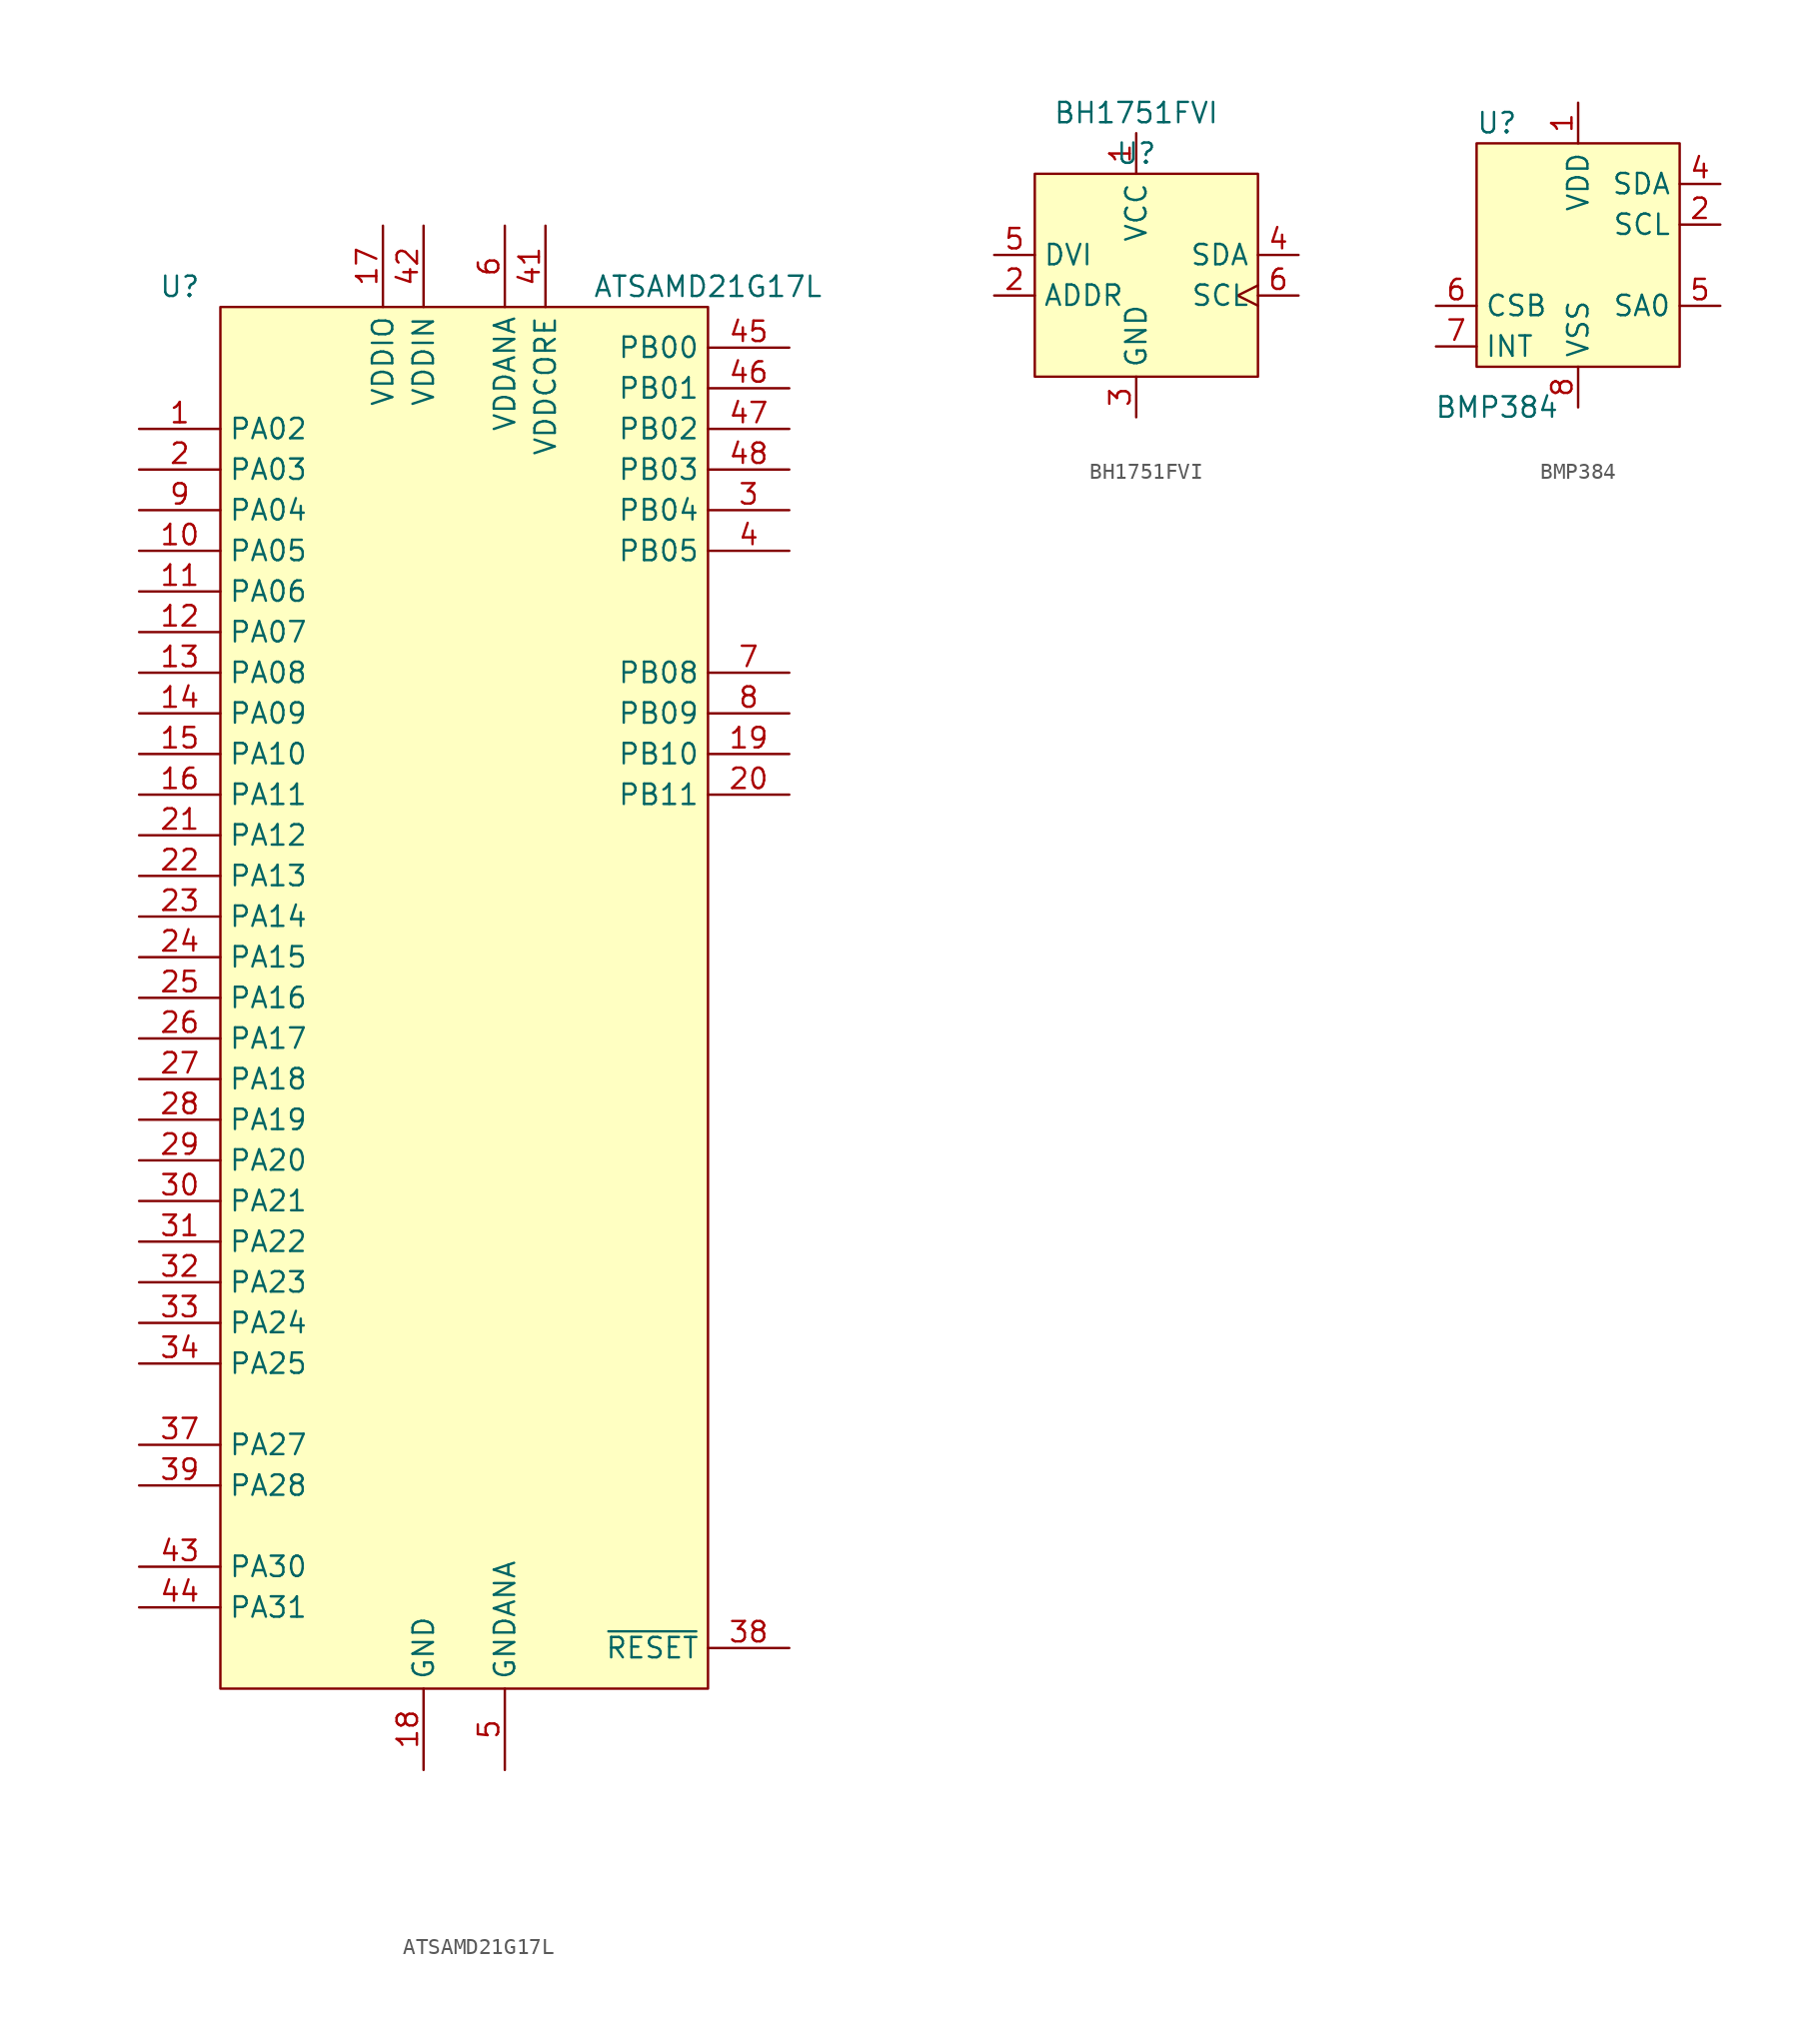
<source format=kicad_sym>
(kicad_symbol_lib
  (version 20211014)
  (generator kicad_symbol_editor)
  (symbol "ownLib:ATSAMD21G17L"
    (property "Reference" "U"
      (at -17.78 44.45 0)
      (effects (font (size 1.27 1.27))))
    (property "Value" "ATSAMD21G17L"
      (at 15.24 44.45 0)
      (effects (font (size 1.27 1.27))))
    (symbol "ATSAMD21G17L_0_1"
      (rectangle (start -15.24 43.18) (end 15.24 -43.18) (stroke (width 0) (type default) (color 0 0 0 0)) (fill (type background))))
    (symbol "ATSAMD21G17L_1_1"
      (pin bidirectional line (at -20.32 35.56 0) (length 5.08) (name "PA02" (effects (font (size 1.27 1.27)))) (number "1" (effects (font (size 1.27 1.27)))))
      (pin bidirectional line (at -20.32 27.94 0) (length 5.08) (name "PA05" (effects (font (size 1.27 1.27)))) (number "10" (effects (font (size 1.27 1.27)))))
      (pin bidirectional line (at -20.32 25.4 0) (length 5.08) (name "PA06" (effects (font (size 1.27 1.27)))) (number "11" (effects (font (size 1.27 1.27)))))
      (pin bidirectional line (at -20.32 22.86 0) (length 5.08) (name "PA07" (effects (font (size 1.27 1.27)))) (number "12" (effects (font (size 1.27 1.27)))))
      (pin bidirectional line (at -20.32 20.32 0) (length 5.08) (name "PA08" (effects (font (size 1.27 1.27)))) (number "13" (effects (font (size 1.27 1.27)))))
      (pin bidirectional line (at -20.32 17.78 0) (length 5.08) (name "PA09" (effects (font (size 1.27 1.27)))) (number "14" (effects (font (size 1.27 1.27)))))
      (pin bidirectional line (at -20.32 15.24 0) (length 5.08) (name "PA10" (effects (font (size 1.27 1.27)))) (number "15" (effects (font (size 1.27 1.27)))))
      (pin bidirectional line (at -20.32 12.7 0) (length 5.08) (name "PA11" (effects (font (size 1.27 1.27)))) (number "16" (effects (font (size 1.27 1.27)))))
      (pin power_in line (at -5.08 48.26 270) (length 5.08) (name "VDDIO" (effects (font (size 1.27 1.27)))) (number "17" (effects (font (size 1.27 1.27)))))
      (pin power_in line (at -2.54 -48.26 90) (length 5.08) (name "GND" (effects (font (size 1.27 1.27)))) (number "18" (effects (font (size 1.27 1.27)))))
      (pin bidirectional line (at 20.32 15.24 180) (length 5.08) (name "PB10" (effects (font (size 1.27 1.27)))) (number "19" (effects (font (size 1.27 1.27)))))
      (pin passive line (at -20.32 33.02 0) (length 5.08) (name "PA03" (effects (font (size 1.27 1.27)))) (number "2" (effects (font (size 1.27 1.27)))))
      (pin bidirectional line (at 20.32 12.7 180) (length 5.08) (name "PB11" (effects (font (size 1.27 1.27)))) (number "20" (effects (font (size 1.27 1.27)))))
      (pin bidirectional line (at -20.32 10.16 0) (length 5.08) (name "PA12" (effects (font (size 1.27 1.27)))) (number "21" (effects (font (size 1.27 1.27)))))
      (pin bidirectional line (at -20.32 7.62 0) (length 5.08) (name "PA13" (effects (font (size 1.27 1.27)))) (number "22" (effects (font (size 1.27 1.27)))))
      (pin bidirectional line (at -20.32 5.08 0) (length 5.08) (name "PA14" (effects (font (size 1.27 1.27)))) (number "23" (effects (font (size 1.27 1.27)))))
      (pin bidirectional line (at -20.32 2.54 0) (length 5.08) (name "PA15" (effects (font (size 1.27 1.27)))) (number "24" (effects (font (size 1.27 1.27)))))
      (pin bidirectional line (at -20.32 0 0) (length 5.08) (name "PA16" (effects (font (size 1.27 1.27)))) (number "25" (effects (font (size 1.27 1.27)))))
      (pin bidirectional line (at -20.32 -2.54 0) (length 5.08) (name "PA17" (effects (font (size 1.27 1.27)))) (number "26" (effects (font (size 1.27 1.27)))))
      (pin bidirectional line (at -20.32 -5.08 0) (length 5.08) (name "PA18" (effects (font (size 1.27 1.27)))) (number "27" (effects (font (size 1.27 1.27)))))
      (pin bidirectional line (at -20.32 -7.62 0) (length 5.08) (name "PA19" (effects (font (size 1.27 1.27)))) (number "28" (effects (font (size 1.27 1.27)))))
      (pin bidirectional line (at -20.32 -10.16 0) (length 5.08) (name "PA20" (effects (font (size 1.27 1.27)))) (number "29" (effects (font (size 1.27 1.27)))))
      (pin bidirectional line (at 20.32 30.48 180) (length 5.08) (name "PB04" (effects (font (size 1.27 1.27)))) (number "3" (effects (font (size 1.27 1.27)))))
      (pin bidirectional line (at -20.32 -12.7 0) (length 5.08) (name "PA21" (effects (font (size 1.27 1.27)))) (number "30" (effects (font (size 1.27 1.27)))))
      (pin bidirectional line (at -20.32 -15.24 0) (length 5.08) (name "PA22" (effects (font (size 1.27 1.27)))) (number "31" (effects (font (size 1.27 1.27)))))
      (pin bidirectional line (at -20.32 -17.78 0) (length 5.08) (name "PA23" (effects (font (size 1.27 1.27)))) (number "32" (effects (font (size 1.27 1.27)))))
      (pin bidirectional line (at -20.32 -20.32 0) (length 5.08) (name "PA24" (effects (font (size 1.27 1.27)))) (number "33" (effects (font (size 1.27 1.27)))))
      (pin bidirectional line (at -20.32 -22.86 0) (length 5.08) (name "PA25" (effects (font (size 1.27 1.27)))) (number "34" (effects (font (size 1.27 1.27)))))
      (pin passive line (at -2.54 -48.26 90) (length 5.08) hide (name "GND" (effects (font (size 1.27 1.27)))) (number "35" (effects (font (size 1.27 1.27)))))
      (pin passive line (at -5.08 48.26 270) (length 5.08) hide (name "VDDIO" (effects (font (size 1.27 1.27)))) (number "36" (effects (font (size 1.27 1.27)))))
      (pin bidirectional line (at -20.32 -27.94 0) (length 5.08) (name "PA27" (effects (font (size 1.27 1.27)))) (number "37" (effects (font (size 1.27 1.27)))))
      (pin input line (at 20.32 -40.64 180) (length 5.08) (name "~{RESET}" (effects (font (size 1.27 1.27)))) (number "38" (effects (font (size 1.27 1.27)))))
      (pin bidirectional line (at -20.32 -30.48 0) (length 5.08) (name "PA28" (effects (font (size 1.27 1.27)))) (number "39" (effects (font (size 1.27 1.27)))))
      (pin bidirectional line (at 20.32 27.94 180) (length 5.08) (name "PB05" (effects (font (size 1.27 1.27)))) (number "4" (effects (font (size 1.27 1.27)))))
      (pin passive line (at -2.54 -48.26 90) (length 5.08) hide (name "GND" (effects (font (size 1.27 1.27)))) (number "40" (effects (font (size 1.27 1.27)))))
      (pin power_out line (at 5.08 48.26 270) (length 5.08) (name "VDDCORE" (effects (font (size 1.27 1.27)))) (number "41" (effects (font (size 1.27 1.27)))))
      (pin power_in line (at -2.54 48.26 270) (length 5.08) (name "VDDIN" (effects (font (size 1.27 1.27)))) (number "42" (effects (font (size 1.27 1.27)))))
      (pin bidirectional line (at -20.32 -35.56 0) (length 5.08) (name "PA30" (effects (font (size 1.27 1.27)))) (number "43" (effects (font (size 1.27 1.27)))))
      (pin bidirectional line (at -20.32 -38.1 0) (length 5.08) (name "PA31" (effects (font (size 1.27 1.27)))) (number "44" (effects (font (size 1.27 1.27)))))
      (pin bidirectional line (at 20.32 40.64 180) (length 5.08) (name "PB00" (effects (font (size 1.27 1.27)))) (number "45" (effects (font (size 1.27 1.27)))))
      (pin bidirectional line (at 20.32 38.1 180) (length 5.08) (name "PB01" (effects (font (size 1.27 1.27)))) (number "46" (effects (font (size 1.27 1.27)))))
      (pin bidirectional line (at 20.32 35.56 180) (length 5.08) (name "PB02" (effects (font (size 1.27 1.27)))) (number "47" (effects (font (size 1.27 1.27)))))
      (pin bidirectional line (at 20.32 33.02 180) (length 5.08) (name "PB03" (effects (font (size 1.27 1.27)))) (number "48" (effects (font (size 1.27 1.27)))))
      (pin power_in line (at 2.54 -48.26 90) (length 5.08) (name "GNDANA" (effects (font (size 1.27 1.27)))) (number "5" (effects (font (size 1.27 1.27)))))
      (pin power_in line (at 2.54 48.26 270) (length 5.08) (name "VDDANA" (effects (font (size 1.27 1.27)))) (number "6" (effects (font (size 1.27 1.27)))))
      (pin bidirectional line (at 20.32 20.32 180) (length 5.08) (name "PB08" (effects (font (size 1.27 1.27)))) (number "7" (effects (font (size 1.27 1.27)))))
      (pin bidirectional line (at 20.32 17.78 180) (length 5.08) (name "PB09" (effects (font (size 1.27 1.27)))) (number "8" (effects (font (size 1.27 1.27)))))
      (pin passive line (at -20.32 30.48 0) (length 5.08) (name "PA04" (effects (font (size 1.27 1.27)))) (number "9" (effects (font (size 1.27 1.27)))))))
  (symbol "ownLib:BH1751FVI"
    (property "Reference" "U"
      (at 0 7.62 0)
      (effects (font (size 1.27 1.27))))
    (property "Value" "BH1751FVI"
      (at 0 10.16 0)
      (effects (font (size 1.27 1.27))))
    (symbol "BH1751FVI_0_0"
      (pin power_in line (at 0 8.89 270) (length 2.54) (name "VCC" (effects (font (size 1.27 1.27)))) (number "1" (effects (font (size 1.27 1.27)))))
      (pin passive line (at -8.89 -1.27 0) (length 2.54) (name "ADDR" (effects (font (size 1.27 1.27)))) (number "2" (effects (font (size 1.27 1.27)))))
      (pin power_in line (at 0 -8.89 90) (length 2.54) (name "GND" (effects (font (size 1.27 1.27)))) (number "3" (effects (font (size 1.27 1.27)))))
      (pin bidirectional line (at 10.16 1.27 180) (length 2.54) (name "SDA" (effects (font (size 1.27 1.27)))) (number "4" (effects (font (size 1.27 1.27)))))
      (pin passive line (at -8.89 1.27 0) (length 2.54) (name "DVI" (effects (font (size 1.27 1.27)))) (number "5" (effects (font (size 1.27 1.27)))))
      (pin input clock (at 10.16 -1.27 180) (length 2.54) (name "SCL" (effects (font (size 1.27 1.27)))) (number "6" (effects (font (size 1.27 1.27))))))
    (symbol "BH1751FVI_0_1"
      (rectangle (start -6.35 6.35) (end 7.62 -6.35) (stroke (width 0.152) (type default) (color 0 0 0 0)) (fill (type background)))))
  (symbol "ownLib:BMP384"
    (property "Reference" "U"
      (at -5.08 8.89 0)
      (effects (font (size 1.27 1.27))))
    (property "Value" "BMP384"
      (at -5.08 -8.89 0)
      (effects (font (size 1.27 1.27))))
    (symbol "BMP384_0_1"
      (rectangle (start -6.35 7.62) (end 6.35 -6.35) (stroke (width 0.152) (type default) (color 0 0 0 0)) (fill (type background))))
    (symbol "BMP384_1_1"
      (pin power_in line (at 0 10.16 270) (length 2.54) (name "VDD" (effects (font (size 1.27 1.27)))) (number "1" (effects (font (size 1.27 1.27)))))
      (pin passive line (at 0 10.16 270) (length 2.54) hide (name "VDD" (effects (font (size 1.27 1.27)))) (number "10" (effects (font (size 1.27 1.27)))))
      (pin bidirectional line (at 8.89 2.54 180) (length 2.54) (name "SCL" (effects (font (size 1.27 1.27)))) (number "2" (effects (font (size 1.27 1.27)))))
      (pin power_in line (at 0 -8.89 90) (length 2.54) hide (name "VSS" (effects (font (size 1.27 1.27)))) (number "3" (effects (font (size 1.27 1.27)))))
      (pin bidirectional line (at 8.89 5.08 180) (length 2.54) (name "SDA" (effects (font (size 1.27 1.27)))) (number "4" (effects (font (size 1.27 1.27)))))
      (pin input line (at 8.89 -2.54 180) (length 2.54) (name "SA0" (effects (font (size 1.27 1.27)))) (number "5" (effects (font (size 1.27 1.27)))))
      (pin passive line (at -8.89 -2.54 0) (length 2.54) (name "CSB" (effects (font (size 1.27 1.27)))) (number "6" (effects (font (size 1.27 1.27)))))
      (pin bidirectional line (at -8.89 -5.08 0) (length 2.54) (name "INT" (effects (font (size 1.27 1.27)))) (number "7" (effects (font (size 1.27 1.27)))))
      (pin passive line (at 0 -8.89 90) (length 2.54) (name "VSS" (effects (font (size 1.27 1.27)))) (number "8" (effects (font (size 1.27 1.27)))))
      (pin passive line (at 0 -8.89 90) (length 2.54) hide (name "VSS" (effects (font (size 1.27 1.27)))) (number "9" (effects (font (size 1.27 1.27))))))))
</source>
